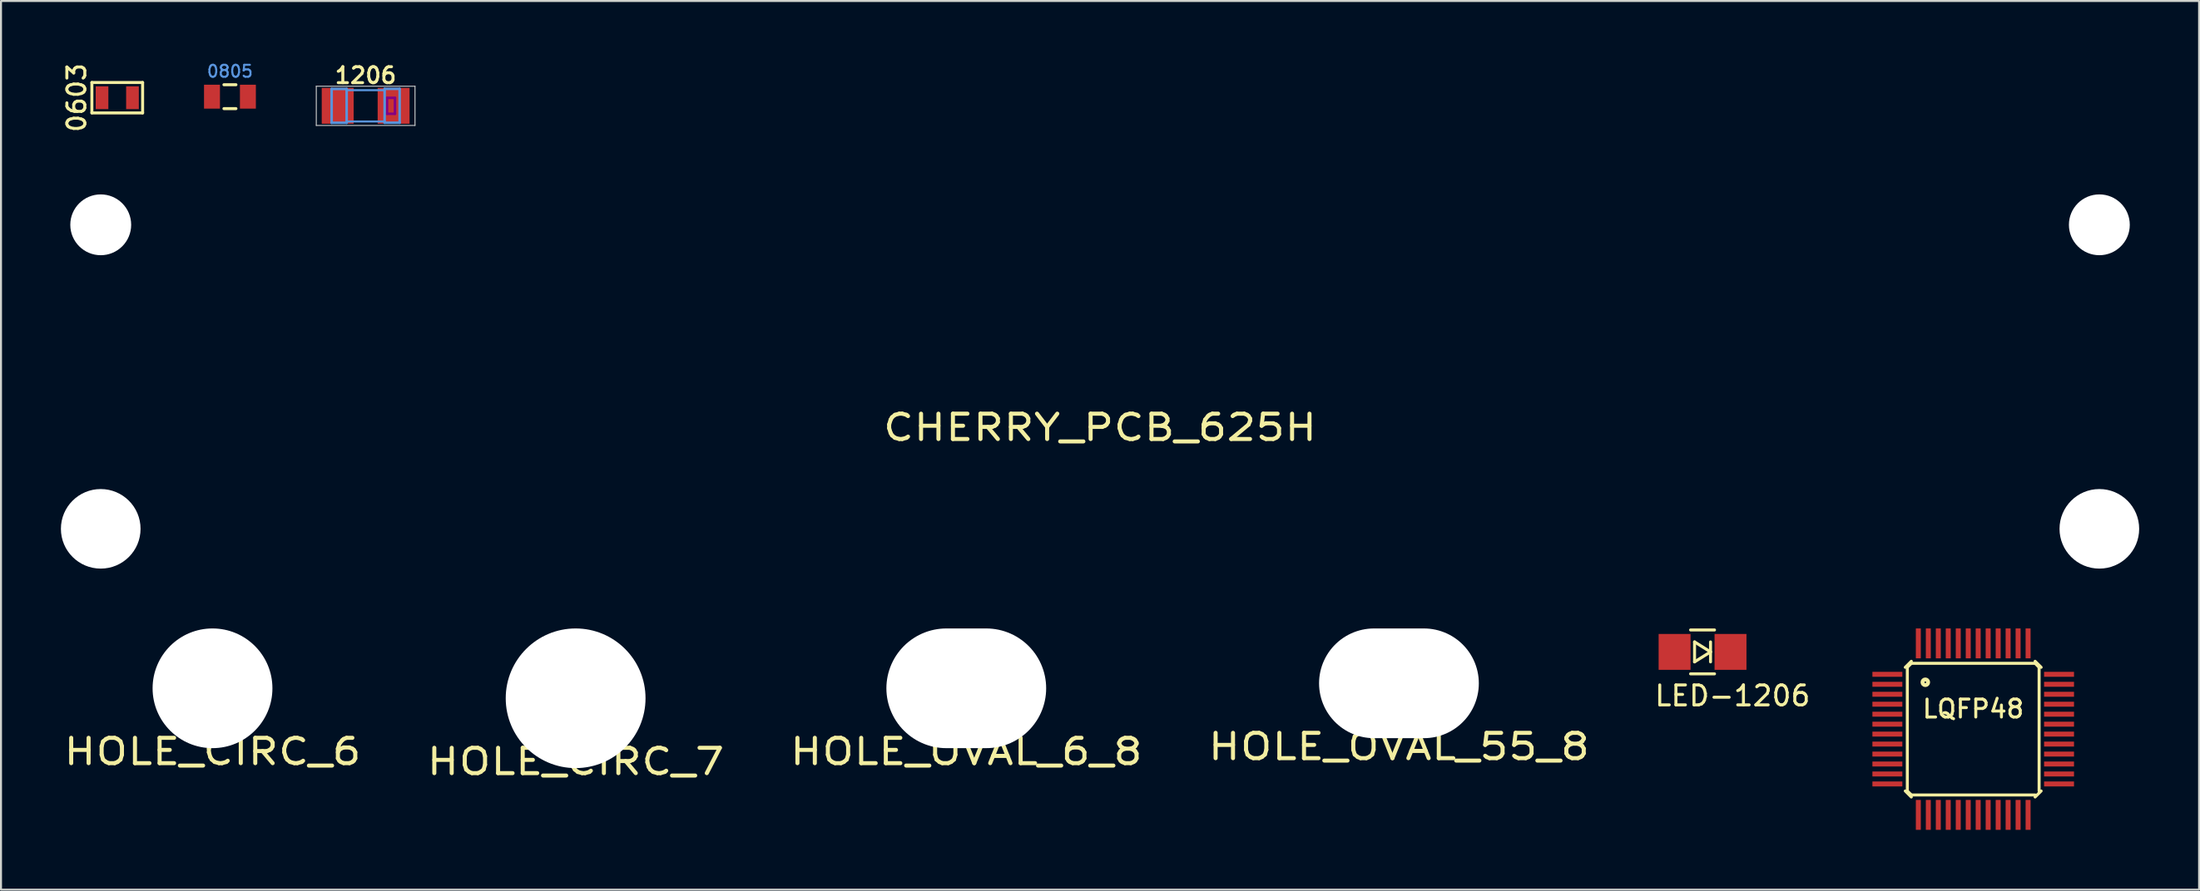
<source format=kicad_pcb>
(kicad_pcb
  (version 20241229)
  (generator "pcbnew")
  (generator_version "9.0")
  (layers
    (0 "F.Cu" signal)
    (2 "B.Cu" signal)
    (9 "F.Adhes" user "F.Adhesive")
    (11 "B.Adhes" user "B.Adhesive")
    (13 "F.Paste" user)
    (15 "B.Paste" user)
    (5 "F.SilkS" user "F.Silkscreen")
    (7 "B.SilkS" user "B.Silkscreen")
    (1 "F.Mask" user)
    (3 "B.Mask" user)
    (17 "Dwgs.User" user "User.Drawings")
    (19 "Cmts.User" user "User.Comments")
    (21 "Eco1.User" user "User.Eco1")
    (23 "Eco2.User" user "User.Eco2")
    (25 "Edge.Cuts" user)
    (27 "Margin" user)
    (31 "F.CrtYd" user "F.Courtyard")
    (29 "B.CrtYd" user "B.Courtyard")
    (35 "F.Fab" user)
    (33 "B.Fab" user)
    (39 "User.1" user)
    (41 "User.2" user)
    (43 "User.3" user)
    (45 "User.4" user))
  (footprint "LQFP48"
    (layer "F.Cu")
    (at 95.754 33.5)
    (property "Reference" "LQFP48" (at 0 -1.016 0) (layer "F.SilkS") (effects (font (size 0.899 0.899) (thickness 0.15))))
    (attr smd)
    (fp_line (start -3.299 -3.099) (end -3.099 -3.299) (stroke (width 0.15) (type solid)) (layer "F.SilkS"))
    (fp_line (start -3.299 3.099) (end -3.299 -3.099) (stroke (width 0.15) (type solid)) (layer "F.SilkS"))
    (fp_line (start -3.099 -3.401) (end -3.401 -3.099) (stroke (width 0.15) (type solid)) (layer "F.SilkS"))
    (fp_line (start -3.099 -3.299) (end 3.099 -3.299) (stroke (width 0.15) (type solid)) (layer "F.SilkS"))
    (fp_line (start -3.099 3.299) (end -3.299 3.099) (stroke (width 0.15) (type solid)) (layer "F.SilkS"))
    (fp_line (start -3.099 3.401) (end -3.401 3.099) (stroke (width 0.15) (type solid)) (layer "F.SilkS"))
    (fp_line (start 3.099 -3.401) (end 3.401 -3.099) (stroke (width 0.15) (type solid)) (layer "F.SilkS"))
    (fp_line (start 3.099 -3.299) (end 3.299 -3.099) (stroke (width 0.15) (type solid)) (layer "F.SilkS"))
    (fp_line (start 3.099 3.299) (end -3.099 3.299) (stroke (width 0.15) (type solid)) (layer "F.SilkS"))
    (fp_line (start 3.299 -3.099) (end 3.299 3.099) (stroke (width 0.15) (type solid)) (layer "F.SilkS"))
    (fp_line (start 3.401 3.099) (end 3.099 3.401) (stroke (width 0.15) (type solid)) (layer "F.SilkS"))
    (fp_circle (center -2.398 -2.349) (end -2.497 -2.449) (stroke (width 0.198) (type solid)) (fill no) (layer "F.SilkS"))
    (pad "1" smd rect (at -4.298 -2.748) (size 1.499 0.249) (layers "F.Cu" "F.Mask" "F.Paste"))
    (pad "2" smd rect (at -4.298 -2.248) (size 1.499 0.249) (layers "F.Cu" "F.Mask" "F.Paste"))
    (pad "3" smd rect (at -4.298 -1.748) (size 1.499 0.249) (layers "F.Cu" "F.Mask" "F.Paste"))
    (pad "4" smd rect (at -4.298 -1.25) (size 1.499 0.249) (layers "F.Cu" "F.Mask" "F.Paste"))
    (pad "5" smd rect (at -4.298 -0.749) (size 1.499 0.249) (layers "F.Cu" "F.Mask" "F.Paste"))
    (pad "6" smd rect (at -4.298 -0.249) (size 1.499 0.249) (layers "F.Cu" "F.Mask" "F.Paste"))
    (pad "7" smd rect (at -4.298 0.249) (size 1.499 0.249) (layers "F.Cu" "F.Mask" "F.Paste"))
    (pad "8" smd rect (at -4.298 0.749) (size 1.499 0.249) (layers "F.Cu" "F.Mask" "F.Paste"))
    (pad "9" smd rect (at -4.298 1.25) (size 1.499 0.249) (layers "F.Cu" "F.Mask" "F.Paste"))
    (pad "10" smd rect (at -4.298 1.748) (size 1.499 0.249) (layers "F.Cu" "F.Mask" "F.Paste"))
    (pad "11" smd rect (at -4.298 2.248) (size 1.499 0.249) (layers "F.Cu" "F.Mask" "F.Paste"))
    (pad "12" smd rect (at -4.298 2.748) (size 1.499 0.249) (layers "F.Cu" "F.Mask" "F.Paste"))
    (pad "13" smd rect (at -2.748 4.298) (size 0.249 1.499) (layers "F.Cu" "F.Mask" "F.Paste"))
    (pad "14" smd rect (at -2.248 4.298) (size 0.249 1.499) (layers "F.Cu" "F.Mask" "F.Paste"))
    (pad "15" smd rect (at -1.748 4.298) (size 0.249 1.499) (layers "F.Cu" "F.Mask" "F.Paste"))
    (pad "16" smd rect (at -1.25 4.298) (size 0.249 1.499) (layers "F.Cu" "F.Mask" "F.Paste"))
    (pad "17" smd rect (at -0.749 4.298) (size 0.249 1.499) (layers "F.Cu" "F.Mask" "F.Paste"))
    (pad "18" smd rect (at -0.249 4.298) (size 0.249 1.499) (layers "F.Cu" "F.Mask" "F.Paste"))
    (pad "19" smd rect (at 0.249 4.298) (size 0.249 1.499) (layers "F.Cu" "F.Mask" "F.Paste"))
    (pad "20" smd rect (at 0.749 4.298) (size 0.249 1.499) (layers "F.Cu" "F.Mask" "F.Paste"))
    (pad "21" smd rect (at 1.25 4.298) (size 0.249 1.499) (layers "F.Cu" "F.Mask" "F.Paste"))
    (pad "22" smd rect (at 1.748 4.298) (size 0.249 1.499) (layers "F.Cu" "F.Mask" "F.Paste"))
    (pad "23" smd rect (at 2.248 4.298) (size 0.249 1.499) (layers "F.Cu" "F.Mask" "F.Paste"))
    (pad "24" smd rect (at 2.748 4.298) (size 0.249 1.499) (layers "F.Cu" "F.Mask" "F.Paste"))
    (pad "25" smd rect (at 4.298 2.748) (size 1.499 0.249) (layers "F.Cu" "F.Mask" "F.Paste"))
    (pad "26" smd rect (at 4.298 2.248) (size 1.499 0.249) (layers "F.Cu" "F.Mask" "F.Paste"))
    (pad "27" smd rect (at 4.298 1.748) (size 1.499 0.249) (layers "F.Cu" "F.Mask" "F.Paste"))
    (pad "28" smd rect (at 4.298 1.25) (size 1.499 0.249) (layers "F.Cu" "F.Mask" "F.Paste"))
    (pad "29" smd rect (at 4.298 0.749) (size 1.499 0.249) (layers "F.Cu" "F.Mask" "F.Paste"))
    (pad "30" smd rect (at 4.298 0.249) (size 1.499 0.249) (layers "F.Cu" "F.Mask" "F.Paste"))
    (pad "31" smd rect (at 4.298 -0.249) (size 1.499 0.249) (layers "F.Cu" "F.Mask" "F.Paste"))
    (pad "32" smd rect (at 4.298 -0.749) (size 1.499 0.249) (layers "F.Cu" "F.Mask" "F.Paste"))
    (pad "33" smd rect (at 4.298 -1.25) (size 1.499 0.249) (layers "F.Cu" "F.Mask" "F.Paste"))
    (pad "34" smd rect (at 4.298 -1.748) (size 1.499 0.249) (layers "F.Cu" "F.Mask" "F.Paste"))
    (pad "35" smd rect (at 4.298 -2.248) (size 1.499 0.249) (layers "F.Cu" "F.Mask" "F.Paste"))
    (pad "36" smd rect (at 4.298 -2.748) (size 1.499 0.249) (layers "F.Cu" "F.Mask" "F.Paste"))
    (pad "37" smd rect (at 2.748 -4.298) (size 0.249 1.499) (layers "F.Cu" "F.Mask" "F.Paste"))
    (pad "38" smd rect (at 2.248 -4.298) (size 0.249 1.499) (layers "F.Cu" "F.Mask" "F.Paste"))
    (pad "39" smd rect (at 1.748 -4.298) (size 0.249 1.499) (layers "F.Cu" "F.Mask" "F.Paste"))
    (pad "40" smd rect (at 1.25 -4.298) (size 0.249 1.499) (layers "F.Cu" "F.Mask" "F.Paste"))
    (pad "41" smd rect (at 0.749 -4.298) (size 0.249 1.499) (layers "F.Cu" "F.Mask" "F.Paste"))
    (pad "42" smd rect (at 0.249 -4.298) (size 0.249 1.499) (layers "F.Cu" "F.Mask" "F.Paste"))
    (pad "43" smd rect (at -0.249 -4.298) (size 0.249 1.499) (layers "F.Cu" "F.Mask" "F.Paste"))
    (pad "44" smd rect (at -0.749 -4.298) (size 0.249 1.499) (layers "F.Cu" "F.Mask" "F.Paste"))
    (pad "45" smd rect (at -1.25 -4.298) (size 0.249 1.499) (layers "F.Cu" "F.Mask" "F.Paste"))
    (pad "46" smd rect (at -1.748 -4.298) (size 0.249 1.499) (layers "F.Cu" "F.Mask" "F.Paste"))
    (pad "47" smd rect (at -2.248 -4.298) (size 0.249 1.499) (layers "F.Cu" "F.Mask" "F.Paste"))
    (pad "48" smd rect (at -2.748 -4.298) (size 0.249 1.499) (layers "F.Cu" "F.Mask" "F.Paste")))
  (footprint "HOLE_OVAL_6_8"
    (layer "F.Cu")
    (at 45.334 31.453)
    (property "Reference" "HOLE_OVAL_6_8" (at 0 3.175 0) (layer "F.SilkS") (effects (font (size 1.27 1.524) (thickness 0.203))))
    (attr through_hole)
    (pad "" np_thru_hole oval (at 0 0) (size 8 6) (drill oval 8 6) (layers "*.Cu")))
  (footprint "HOLE_OVAL_55_8"
    (layer "F.Cu")
    (at 66.999 31.203)
    (property "Reference" "HOLE_OVAL_55_8" (at 0 3.175 0) (layer "F.SilkS") (effects (font (size 1.27 1.524) (thickness 0.203))))
    (attr through_hole)
    (pad "" np_thru_hole oval (at 0 0) (size 8 5.5) (drill oval 8 5.5) (layers "*.Cu")))
  (footprint "HOLE_CIRC_7"
    (layer "F.Cu")
    (at 25.773 31.953)
    (property "Reference" "HOLE_CIRC_7" (at 0 3.175 0) (layer "F.SilkS") (effects (font (size 1.27 1.524) (thickness 0.203))))
    (attr through_hole)
    (pad "" np_thru_hole circle (at 0 0) (size 7 7) (drill 7) (layers "*.Cu")))
  (footprint "LED-1206"
    (layer "F.Cu")
    (at 82.201 29.628)
    (property "Reference" "LED-1206" (at 1.5 2.2 0) (layer "F.SilkS") (effects (font (size 1 1) (thickness 0.15))))
    (attr through_hole)
    (fp_line (start -0.6 -1.1) (end 0.6 -1.1) (stroke (width 0.15) (type solid)) (layer "F.SilkS"))
    (fp_line (start -0.6 1.1) (end 0.6 1.1) (stroke (width 0.15) (type solid)) (layer "F.SilkS"))
    (fp_line (start -0.4 -0.5) (end -0.4 0.5) (stroke (width 0.15) (type solid)) (layer "F.SilkS"))
    (fp_line (start -0.4 0.5) (end 0.4 0) (stroke (width 0.15) (type solid)) (layer "F.SilkS"))
    (fp_line (start 0.4 -0.5) (end 0.4 0.5) (stroke (width 0.15) (type solid)) (layer "F.SilkS"))
    (fp_line (start 0.4 0) (end -0.4 -0.5) (stroke (width 0.15) (type solid)) (layer "F.SilkS"))
    (pad "1" smd rect (at -1.4 0) (size 1.598 1.798) (layers "F.Cu" "F.Mask" "F.Paste"))
    (pad "2" smd rect (at 1.4 0) (size 1.598 1.798) (layers "F.Cu" "F.Mask" "F.Paste")))
  (footprint "CHERRY_PCB_625H"
    (layer "F.Cu")
    (at 52.032 15.204)
    (property "Reference" "CHERRY_PCB_625H" (at 0 3.175 0) (layer "F.SilkS") (effects (font (size 1.27 1.524) (thickness 0.203))))
    (attr through_hole)
    (pad "" np_thru_hole circle (at -50.038 -6.985) (size 3.048 3.048) (drill 3.048) (layers "*.Cu"))
    (pad "" np_thru_hole circle (at -50.038 8.255) (size 3.988 3.988) (drill 3.988) (layers "*.Cu"))
    (pad "" np_thru_hole circle (at 50.038 -6.985) (size 3.048 3.048) (drill 3.048) (layers "*.Cu"))
    (pad "" np_thru_hole circle (at 50.038 8.255) (size 3.988 3.988) (drill 3.988) (layers "*.Cu")))
  (footprint "0603"
    (layer "F.Cu")
    (at 2.821 1.848)
    (property "Reference" "0603" (at -2.032 0 90) (layer "F.SilkS") (effects (font (size 0.899 0.899) (thickness 0.15))))
    (attr smd)
    (fp_line (start -1.27 -0.762) (end 1.27 -0.762) (stroke (width 0.15) (type solid)) (layer "F.SilkS"))
    (fp_line (start -1.27 0.762) (end -1.27 -0.762) (stroke (width 0.15) (type solid)) (layer "F.SilkS"))
    (fp_line (start 1.27 -0.762) (end 1.27 0.762) (stroke (width 0.15) (type solid)) (layer "F.SilkS"))
    (fp_line (start 1.27 0.762) (end -1.27 0.762) (stroke (width 0.15) (type solid)) (layer "F.SilkS"))
    (pad "1" smd rect (at -0.762 0) (size 0.635 1.143) (layers "F.Cu" "F.Mask" "F.Paste"))
    (pad "2" smd rect (at 0.762 0) (size 0.635 1.143) (layers "F.Cu" "F.Mask" "F.Paste")))
  (footprint "HOLE_CIRC_6"
    (layer "F.Cu")
    (at 7.591 31.453)
    (property "Reference" "HOLE_CIRC_6" (at 0 3.175 0) (layer "F.SilkS") (effects (font (size 1.27 1.524) (thickness 0.203))))
    (attr through_hole)
    (pad "" np_thru_hole circle (at 0 0) (size 6 6) (drill 6) (layers "*.Cu")))
  (footprint "0805"
    (layer "F.Cu")
    (at 8.464 1.796)
    (property "Reference" "0805" (at 0 -1.27 0) (layer "Cmts.User") (effects (font (size 0.6 0.6) (thickness 0.1))))
    (attr through_hole)
    (fp_line (start -0.3 -0.599) (end 0.3 -0.599) (stroke (width 0.152) (type solid)) (layer "F.SilkS"))
    (fp_line (start -0.3 0.599) (end 0.3 0.599) (stroke (width 0.152) (type solid)) (layer "F.SilkS"))
    (pad "1" smd rect (at -0.899 0) (size 0.798 1.199) (layers "F.Cu" "F.Mask" "F.Paste"))
    (pad "2" smd rect (at 0.899 0) (size 0.798 1.199) (layers "F.Cu" "F.Mask" "F.Paste")))
  (footprint "1206"
    (layer "F.Cu")
    (at 15.259 2.255)
    (property "Reference" "1206" (at 0 -1.524 0) (layer "F.SilkS") (effects (font (size 0.8 0.8) (thickness 0.15))))
    (attr through_hole)
    (fp_line (start 1.069 -0.399) (end 1.069 0.399) (stroke (width 0.127) (type solid)) (layer "F.Adhes"))
    (fp_line (start 1.069 0.399) (end 1.468 0.399) (stroke (width 0.127) (type solid)) (layer "F.Adhes"))
    (fp_line (start 1.468 -0.399) (end 1.069 -0.399) (stroke (width 0.127) (type solid)) (layer "F.Adhes"))
    (fp_line (start 1.468 0.399) (end 1.468 -0.399) (stroke (width 0.127) (type solid)) (layer "F.Adhes"))
    (fp_line (start -2.471 -0.983) (end 2.471 -0.983) (stroke (width 0.051) (type solid)) (layer "Dwgs.User"))
    (fp_line (start -2.471 0.983) (end -2.471 -0.983) (stroke (width 0.051) (type solid)) (layer "Dwgs.User"))
    (fp_line (start 2.471 -0.983) (end 2.471 0.983) (stroke (width 0.051) (type solid)) (layer "Dwgs.User"))
    (fp_line (start 2.471 0.983) (end -2.471 0.983) (stroke (width 0.051) (type solid)) (layer "Dwgs.User"))
    (fp_line (start -1.702 -0.848) (end -1.702 0.851) (stroke (width 0.127) (type solid)) (layer "Cmts.User"))
    (fp_line (start -1.702 0.851) (end -0.95 0.851) (stroke (width 0.127) (type solid)) (layer "Cmts.User"))
    (fp_line (start -0.963 -0.785) (end 0.963 -0.785) (stroke (width 0.102) (type solid)) (layer "Cmts.User"))
    (fp_line (start -0.963 0.785) (end 0.963 0.785) (stroke (width 0.102) (type solid)) (layer "Cmts.User"))
    (fp_line (start -0.95 -0.848) (end -1.702 -0.848) (stroke (width 0.127) (type solid)) (layer "Cmts.User"))
    (fp_line (start -0.95 0.851) (end -0.95 -0.848) (stroke (width 0.127) (type solid)) (layer "Cmts.User"))
    (fp_line (start 0.95 -0.851) (end 0.95 0.848) (stroke (width 0.127) (type solid)) (layer "Cmts.User"))
    (fp_line (start 0.95 0.848) (end 1.702 0.848) (stroke (width 0.127) (type solid)) (layer "Cmts.User"))
    (fp_line (start 1.702 -0.851) (end 0.95 -0.851) (stroke (width 0.127) (type solid)) (layer "Cmts.User"))
    (fp_line (start 1.702 0.848) (end 1.702 -0.851) (stroke (width 0.127) (type solid)) (layer "Cmts.User"))
    (pad "1" smd rect (at -1.4 0) (size 1.598 1.798) (layers "F.Cu" "F.Mask" "F.Paste"))
    (pad "2" smd rect (at 1.4 0) (size 1.598 1.798) (layers "F.Cu" "F.Mask" "F.Paste")))
  (gr_rect
    (start -3 -3)
    (end 107.064 41.547)
    (stroke (width 0.1) (type default))
    (fill no)
    (layer "Edge.Cuts")))
</source>
